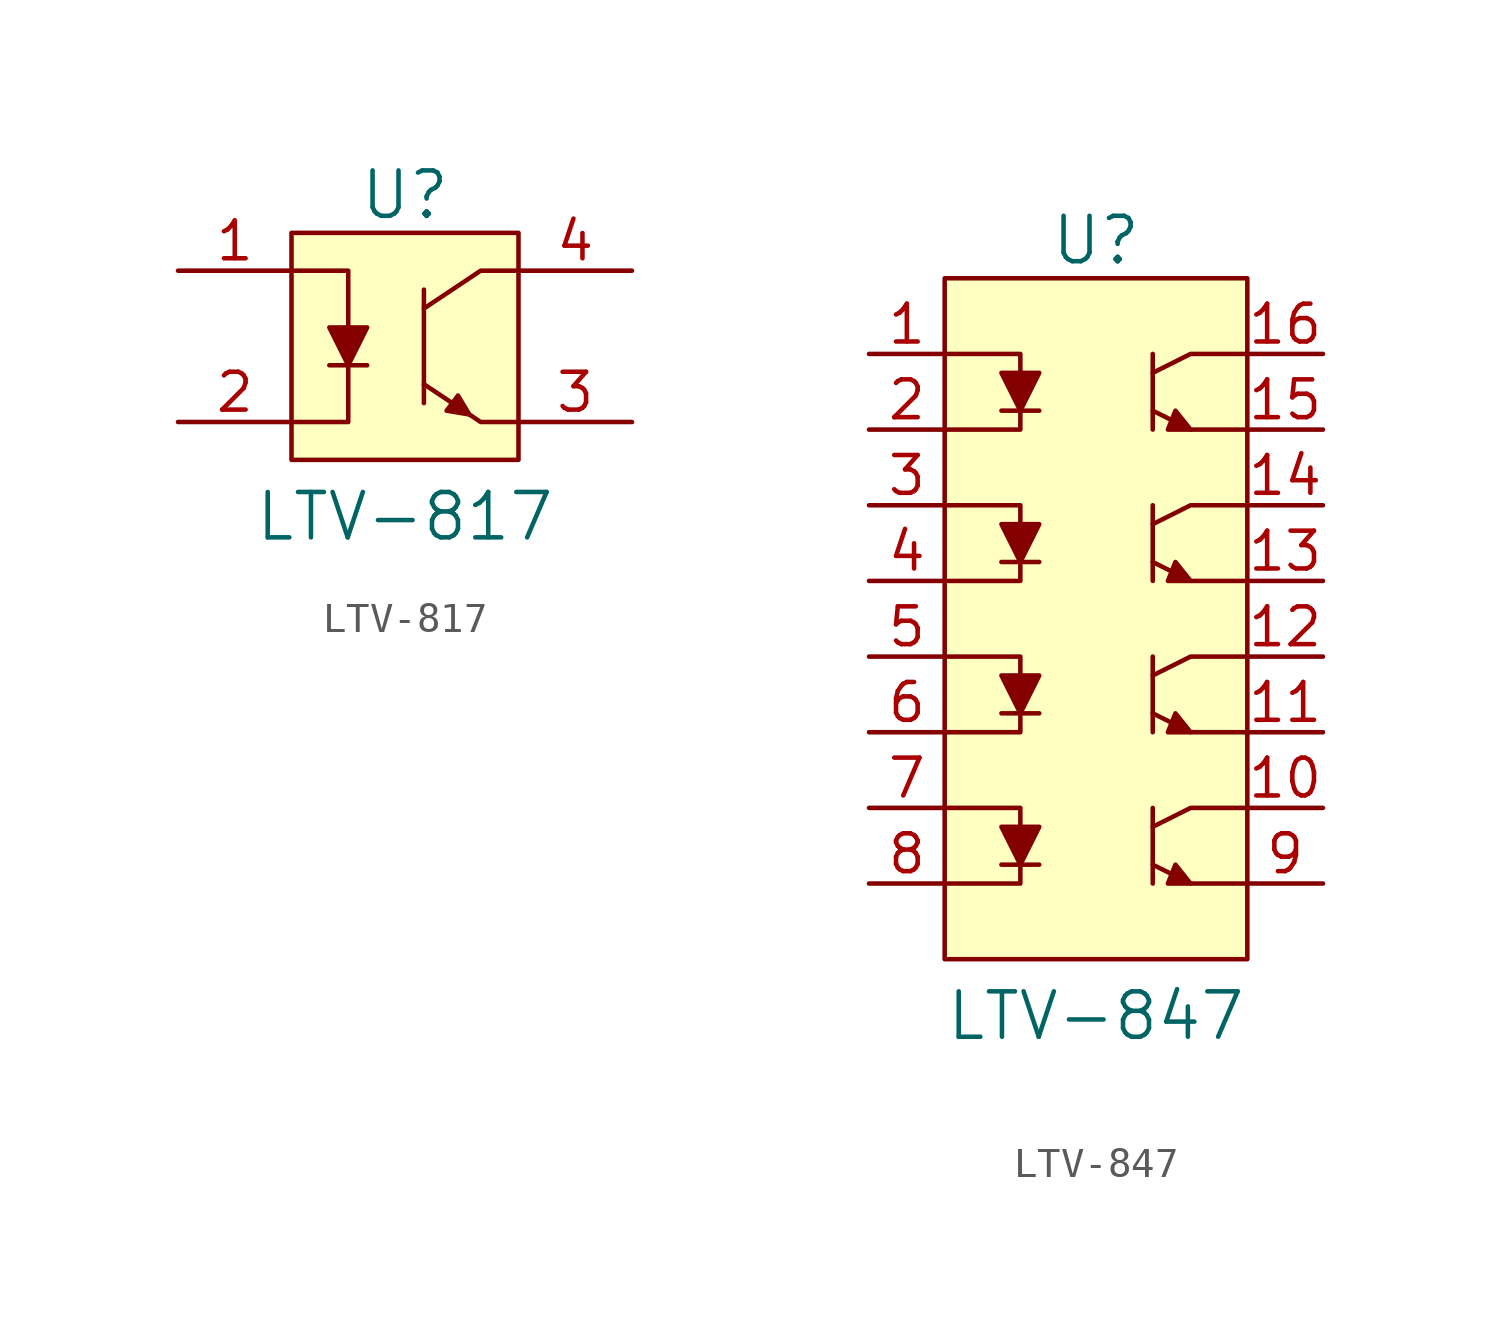
<source format=kicad_sym>
(kicad_symbol_lib
  (version 20211014)
  (generator kicad_symbol_editor)
  (symbol "LTV-817"
    (pin_names
      (offset 1.016))
    (property "Reference" "U"
      (at 0 5.08 0)
      (effects (font (size 1.524 1.524))))
    (property "Value" "LTV-817"
      (at 0 -5.715 0)
      (effects (font (size 1.524 1.524))))
    (symbol "LTV-817_0_1"
      (rectangle (start -3.81 3.81) (end 3.81 -3.81) (stroke (width 0) (type default) (color 0 0 0 0)) (fill (type background)))
      (polyline (pts (xy -2.54 -0.635) (xy -1.27 -0.635)) (stroke (width 0) (type default) (color 0 0 0 0)) (fill (type none)))
      (polyline (pts (xy 0.635 1.905) (xy 0.635 -1.905)) (stroke (width 0) (type default) (color 0 0 0 0)) (fill (type none)))
      (polyline (pts (xy -3.81 -2.54) (xy -1.905 -2.54) (xy -1.905 -0.635)) (stroke (width 0) (type default) (color 0 0 0 0)) (fill (type none)))
      (polyline (pts (xy -3.81 2.54) (xy -1.905 2.54) (xy -1.905 0.635)) (stroke (width 0) (type default) (color 0 0 0 0)) (fill (type none)))
      (polyline (pts (xy 0.635 -1.27) (xy 2.54 -2.54) (xy 3.81 -2.54)) (stroke (width 0) (type default) (color 0 0 0 0)) (fill (type none)))
      (polyline (pts (xy 0.635 1.27) (xy 2.54 2.54) (xy 3.81 2.54)) (stroke (width 0) (type default) (color 0 0 0 0)) (fill (type none)))
      (polyline (pts (xy -2.54 0.635) (xy -1.27 0.635) (xy -1.905 -0.635) (xy -2.54 0.635)) (stroke (width 0) (type default) (color 0 0 0 0)) (fill (type outline)))
      (polyline (pts (xy 2.159 -2.286) (xy 1.778 -1.651) (xy 1.397 -2.159) (xy 2.159 -2.286)) (stroke (width 0) (type default) (color 0 0 0 0)) (fill (type outline))))
    (symbol "LTV-817_1_1"
      (pin passive line (at -7.62 2.54 0) (length 3.81) (name "~" (effects (font (size 1.27 1.27)))) (number "1" (effects (font (size 1.27 1.27)))))
      (pin passive line (at -7.62 -2.54 0) (length 3.81) (name "~" (effects (font (size 1.27 1.27)))) (number "2" (effects (font (size 1.27 1.27)))))
      (pin passive line (at 7.62 -2.54 180) (length 3.81) (name "~" (effects (font (size 1.27 1.27)))) (number "3" (effects (font (size 1.27 1.27)))))
      (pin passive line (at 7.62 2.54 180) (length 3.81) (name "~" (effects (font (size 1.27 1.27)))) (number "4" (effects (font (size 1.27 1.27)))))))
  (symbol "LTV-847"
    (pin_names
      (offset 1.016))
    (property "Reference" "U"
      (at 0 11.43 0)
      (effects (font (size 1.524 1.524))))
    (property "Value" "LTV-847"
      (at 0 -14.605 0)
      (effects (font (size 1.524 1.524))))
    (symbol "LTV-847_0_1"
      (rectangle (start -5.08 10.16) (end 5.08 -12.7) (stroke (width 0) (type default) (color 0 0 0 0)) (fill (type background)))
      (polyline (pts (xy -3.175 -9.525) (xy -1.905 -9.525)) (stroke (width 0) (type default) (color 0 0 0 0)) (fill (type none)))
      (polyline (pts (xy -3.175 -4.445) (xy -1.905 -4.445)) (stroke (width 0) (type default) (color 0 0 0 0)) (fill (type none)))
      (polyline (pts (xy -3.175 0.635) (xy -1.905 0.635)) (stroke (width 0) (type default) (color 0 0 0 0)) (fill (type none)))
      (polyline (pts (xy -3.175 5.715) (xy -1.905 5.715)) (stroke (width 0) (type default) (color 0 0 0 0)) (fill (type none)))
      (polyline (pts (xy 1.905 -7.62) (xy 1.905 -10.16)) (stroke (width 0) (type default) (color 0 0 0 0)) (fill (type none)))
      (polyline (pts (xy 1.905 -2.54) (xy 1.905 -5.08)) (stroke (width 0) (type default) (color 0 0 0 0)) (fill (type none)))
      (polyline (pts (xy 1.905 2.54) (xy 1.905 0)) (stroke (width 0) (type default) (color 0 0 0 0)) (fill (type none)))
      (polyline (pts (xy 1.905 7.62) (xy 1.905 5.08)) (stroke (width 0) (type default) (color 0 0 0 0)) (fill (type none)))
      (polyline (pts (xy -5.08 -10.16) (xy -2.54 -10.16) (xy -2.54 -9.525)) (stroke (width 0) (type default) (color 0 0 0 0)) (fill (type none)))
      (polyline (pts (xy -5.08 -7.62) (xy -2.54 -7.62) (xy -2.54 -8.255)) (stroke (width 0) (type default) (color 0 0 0 0)) (fill (type none)))
      (polyline (pts (xy -5.08 -5.08) (xy -2.54 -5.08) (xy -2.54 -4.445)) (stroke (width 0) (type default) (color 0 0 0 0)) (fill (type none)))
      (polyline (pts (xy -5.08 -2.54) (xy -2.54 -2.54) (xy -2.54 -3.175)) (stroke (width 0) (type default) (color 0 0 0 0)) (fill (type none)))
      (polyline (pts (xy -5.08 0) (xy -2.54 0) (xy -2.54 0.635)) (stroke (width 0) (type default) (color 0 0 0 0)) (fill (type none)))
      (polyline (pts (xy -5.08 2.54) (xy -2.54 2.54) (xy -2.54 1.905)) (stroke (width 0) (type default) (color 0 0 0 0)) (fill (type none)))
      (polyline (pts (xy -5.08 5.08) (xy -2.54 5.08) (xy -2.54 5.715)) (stroke (width 0) (type default) (color 0 0 0 0)) (fill (type none)))
      (polyline (pts (xy -5.08 7.62) (xy -2.54 7.62) (xy -2.54 6.985)) (stroke (width 0) (type default) (color 0 0 0 0)) (fill (type none)))
      (polyline (pts (xy 1.905 -9.525) (xy 3.175 -10.16) (xy 5.08 -10.16)) (stroke (width 0) (type default) (color 0 0 0 0)) (fill (type none)))
      (polyline (pts (xy 1.905 -8.255) (xy 3.175 -7.62) (xy 5.08 -7.62)) (stroke (width 0) (type default) (color 0 0 0 0)) (fill (type none)))
      (polyline (pts (xy 1.905 -4.445) (xy 3.175 -5.08) (xy 5.08 -5.08)) (stroke (width 0) (type default) (color 0 0 0 0)) (fill (type none)))
      (polyline (pts (xy 1.905 -3.175) (xy 3.175 -2.54) (xy 5.08 -2.54)) (stroke (width 0) (type default) (color 0 0 0 0)) (fill (type none)))
      (polyline (pts (xy 1.905 0.635) (xy 3.175 0) (xy 5.08 0)) (stroke (width 0) (type default) (color 0 0 0 0)) (fill (type none)))
      (polyline (pts (xy 1.905 1.905) (xy 3.175 2.54) (xy 5.08 2.54)) (stroke (width 0) (type default) (color 0 0 0 0)) (fill (type none)))
      (polyline (pts (xy 1.905 5.715) (xy 3.175 5.08) (xy 5.08 5.08)) (stroke (width 0) (type default) (color 0 0 0 0)) (fill (type none)))
      (polyline (pts (xy 1.905 6.985) (xy 3.175 7.62) (xy 5.08 7.62)) (stroke (width 0) (type default) (color 0 0 0 0)) (fill (type none)))
      (polyline (pts (xy -3.175 -8.255) (xy -1.905 -8.255) (xy -2.54 -9.525) (xy -3.175 -8.255)) (stroke (width 0) (type default) (color 0 0 0 0)) (fill (type outline)))
      (polyline (pts (xy -3.175 -3.175) (xy -1.905 -3.175) (xy -2.54 -4.445) (xy -3.175 -3.175)) (stroke (width 0) (type default) (color 0 0 0 0)) (fill (type outline)))
      (polyline (pts (xy -3.175 1.905) (xy -1.905 1.905) (xy -2.54 0.635) (xy -3.175 1.905)) (stroke (width 0) (type default) (color 0 0 0 0)) (fill (type outline)))
      (polyline (pts (xy -3.175 6.985) (xy -1.905 6.985) (xy -2.54 5.715) (xy -3.175 6.985)) (stroke (width 0) (type default) (color 0 0 0 0)) (fill (type outline)))
      (polyline (pts (xy 3.175 -10.16) (xy 2.667 -9.525) (xy 2.413 -10.16) (xy 3.175 -10.16)) (stroke (width 0) (type default) (color 0 0 0 0)) (fill (type outline)))
      (polyline (pts (xy 3.175 -5.08) (xy 2.667 -4.445) (xy 2.413 -5.08) (xy 3.175 -5.08)) (stroke (width 0) (type default) (color 0 0 0 0)) (fill (type outline)))
      (polyline (pts (xy 3.175 0) (xy 2.667 0.635) (xy 2.413 0) (xy 3.175 0)) (stroke (width 0) (type default) (color 0 0 0 0)) (fill (type outline)))
      (polyline (pts (xy 3.175 5.08) (xy 2.667 5.715) (xy 2.413 5.08) (xy 3.175 5.08)) (stroke (width 0) (type default) (color 0 0 0 0)) (fill (type outline))))
    (symbol "LTV-847_1_1"
      (pin passive line (at -7.62 7.62 0) (length 2.54) (name "~" (effects (font (size 1.27 1.27)))) (number "1" (effects (font (size 1.27 1.27)))))
      (pin passive line (at 7.62 -7.62 180) (length 2.54) (name "~" (effects (font (size 1.27 1.27)))) (number "10" (effects (font (size 1.27 1.27)))))
      (pin passive line (at 7.62 -5.08 180) (length 2.54) (name "~" (effects (font (size 1.27 1.27)))) (number "11" (effects (font (size 1.27 1.27)))))
      (pin passive line (at 7.62 -2.54 180) (length 2.54) (name "~" (effects (font (size 1.27 1.27)))) (number "12" (effects (font (size 1.27 1.27)))))
      (pin passive line (at 7.62 0 180) (length 2.54) (name "~" (effects (font (size 1.27 1.27)))) (number "13" (effects (font (size 1.27 1.27)))))
      (pin passive line (at 7.62 2.54 180) (length 2.54) (name "~" (effects (font (size 1.27 1.27)))) (number "14" (effects (font (size 1.27 1.27)))))
      (pin passive line (at 7.62 5.08 180) (length 2.54) (name "~" (effects (font (size 1.27 1.27)))) (number "15" (effects (font (size 1.27 1.27)))))
      (pin passive line (at 7.62 7.62 180) (length 2.54) (name "~" (effects (font (size 1.27 1.27)))) (number "16" (effects (font (size 1.27 1.27)))))
      (pin passive line (at -7.62 5.08 0) (length 2.54) (name "~" (effects (font (size 1.27 1.27)))) (number "2" (effects (font (size 1.27 1.27)))))
      (pin passive line (at -7.62 2.54 0) (length 2.54) (name "~" (effects (font (size 1.27 1.27)))) (number "3" (effects (font (size 1.27 1.27)))))
      (pin passive line (at -7.62 0 0) (length 2.54) (name "~" (effects (font (size 1.27 1.27)))) (number "4" (effects (font (size 1.27 1.27)))))
      (pin passive line (at -7.62 -2.54 0) (length 2.54) (name "~" (effects (font (size 1.27 1.27)))) (number "5" (effects (font (size 1.27 1.27)))))
      (pin passive line (at -7.62 -5.08 0) (length 2.54) (name "~" (effects (font (size 1.27 1.27)))) (number "6" (effects (font (size 1.27 1.27)))))
      (pin passive line (at -7.62 -7.62 0) (length 2.54) (name "~" (effects (font (size 1.27 1.27)))) (number "7" (effects (font (size 1.27 1.27)))))
      (pin passive line (at -7.62 -10.16 0) (length 2.54) (name "~" (effects (font (size 1.27 1.27)))) (number "8" (effects (font (size 1.27 1.27)))))
      (pin passive line (at 7.62 -10.16 180) (length 2.54) (name "~" (effects (font (size 1.27 1.27)))) (number "9" (effects (font (size 1.27 1.27))))))))
</source>
